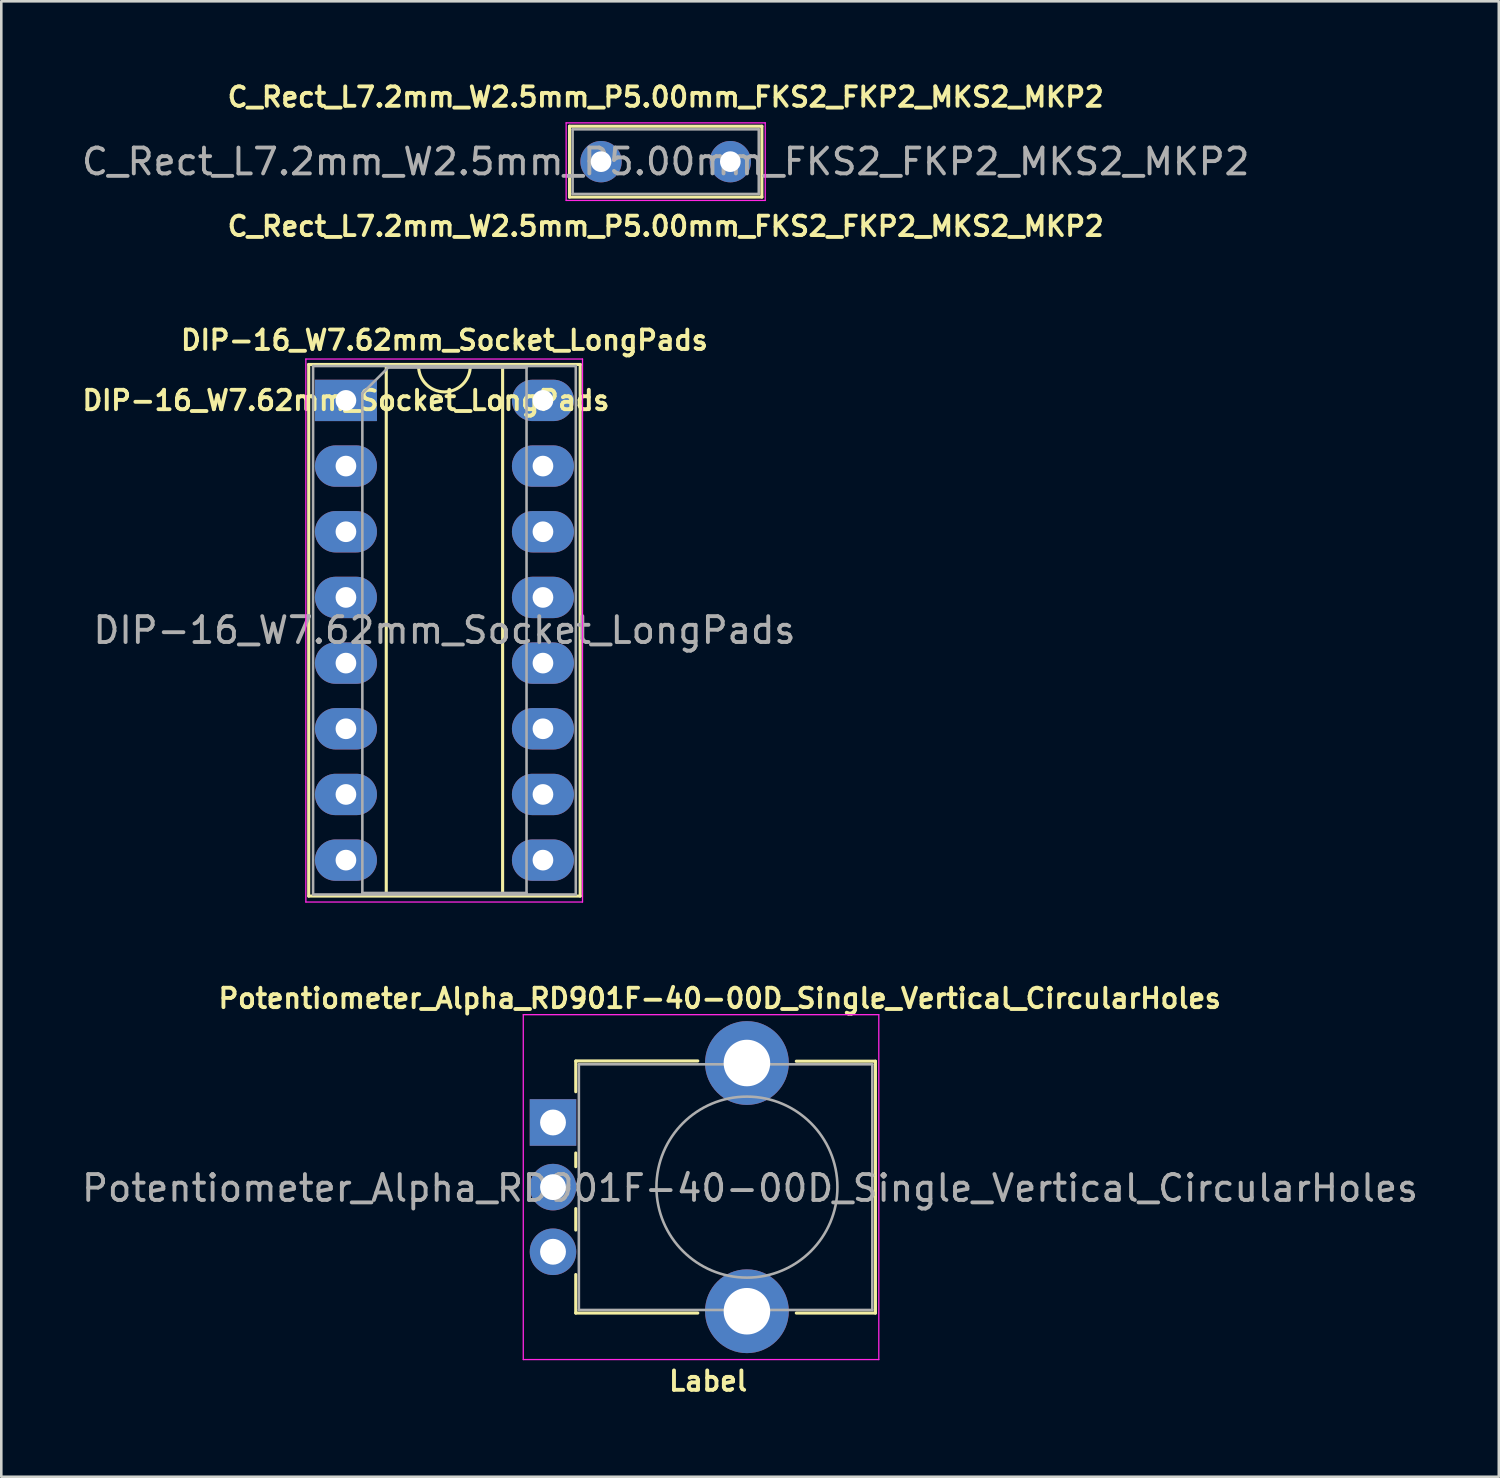
<source format=kicad_pcb>
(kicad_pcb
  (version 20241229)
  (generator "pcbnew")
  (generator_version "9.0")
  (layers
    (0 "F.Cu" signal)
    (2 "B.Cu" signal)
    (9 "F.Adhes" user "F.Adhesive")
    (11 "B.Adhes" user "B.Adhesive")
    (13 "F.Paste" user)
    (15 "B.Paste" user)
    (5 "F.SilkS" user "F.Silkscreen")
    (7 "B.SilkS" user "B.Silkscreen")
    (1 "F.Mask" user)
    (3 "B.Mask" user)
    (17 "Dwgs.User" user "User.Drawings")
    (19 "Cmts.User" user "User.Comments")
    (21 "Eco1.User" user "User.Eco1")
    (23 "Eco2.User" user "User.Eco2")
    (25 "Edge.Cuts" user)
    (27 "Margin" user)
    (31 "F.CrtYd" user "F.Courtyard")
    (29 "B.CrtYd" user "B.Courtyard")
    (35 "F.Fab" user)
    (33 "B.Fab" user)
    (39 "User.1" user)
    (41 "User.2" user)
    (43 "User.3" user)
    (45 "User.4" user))
  (footprint "Potentiometer_Alpha_RD901F-40-00D_Single_Vertical_CircularHoles"
    (layer "F.Cu")
    (at 18.338 40.363)
    (property "Reference" "Potentiometer_Alpha_RD901F-40-00D_Single_Vertical_CircularHoles" (at 6.45 -4.8 180) (layer "F.SilkS") (effects (font (size 0.75 0.75) (thickness 0.15))))
    (attr through_hole)
    (fp_line (start 0.88 -2.38) (end 5.6 -2.38) (stroke (width 0.12) (type solid)) (layer "F.SilkS"))
    (fp_line (start 0.88 -1.19) (end 0.88 -2.37) (stroke (width 0.12) (type solid)) (layer "F.SilkS"))
    (fp_line (start 0.88 1.71) (end 0.88 1.18) (stroke (width 0.12) (type solid)) (layer "F.SilkS"))
    (fp_line (start 0.88 4.16) (end 0.88 3.33) (stroke (width 0.12) (type solid)) (layer "F.SilkS"))
    (fp_line (start 0.88 7.37) (end 0.88 5.88) (stroke (width 0.12) (type solid)) (layer "F.SilkS"))
    (fp_line (start 0.88 7.37) (end 5.6 7.37) (stroke (width 0.12) (type solid)) (layer "F.SilkS"))
    (fp_line (start 9.41 -2.37) (end 12.47 -2.37) (stroke (width 0.12) (type solid)) (layer "F.SilkS"))
    (fp_line (start 9.41 7.37) (end 12.47 7.37) (stroke (width 0.12) (type solid)) (layer "F.SilkS"))
    (fp_line (start 12.47 7.37) (end 12.47 -2.37) (stroke (width 0.12) (type solid)) (layer "F.SilkS"))
    (fp_line (start -1.15 -4.17) (end -1.15 9.17) (stroke (width 0.05) (type solid)) (layer "F.CrtYd"))
    (fp_line (start -1.15 9.17) (end 12.6 9.17) (stroke (width 0.05) (type solid)) (layer "F.CrtYd"))
    (fp_line (start 12.6 -4.17) (end -1.15 -4.17) (stroke (width 0.05) (type solid)) (layer "F.CrtYd"))
    (fp_line (start 12.6 9.17) (end 12.6 -4.17) (stroke (width 0.05) (type solid)) (layer "F.CrtYd"))
    (fp_line (start 1 -2.25) (end 12.35 -2.25) (stroke (width 0.1) (type solid)) (layer "F.Fab"))
    (fp_line (start 1 7.25) (end 1 -2.25) (stroke (width 0.1) (type solid)) (layer "F.Fab"))
    (fp_line (start 1 7.25) (end 12.35 7.25) (stroke (width 0.1) (type solid)) (layer "F.Fab"))
    (fp_line (start 12.35 7.25) (end 12.35 -2.25) (stroke (width 0.1) (type solid)) (layer "F.Fab"))
    (fp_circle (center 7.5 2.5) (end 7.5 -1) (stroke (width 0.1) (type solid)) (fill no) (layer "F.Fab"))
    (fp_text user "Label" (at 6 10 180) (layer "F.SilkS") (effects (font (size 0.75 0.75) (thickness 0.15))))
    (fp_text user "${REFERENCE}" (at 7.62 2.54 0) (layer "F.Fab") (effects (font (size 1 1) (thickness 0.15))))
    (pad "" thru_hole circle (at 7.5 -2.3 90) (size 3.24 3.24) (drill 1.8) (layers "*.Cu" "*.Mask"))
    (pad "" thru_hole circle (at 7.5 7.3 90) (size 3.24 3.24) (drill 1.8) (layers "*.Cu" "*.Mask"))
    (pad "1" thru_hole rect (at 0 0 90) (size 1.8 1.8) (drill 1) (layers "*.Cu" "*.Mask"))
    (pad "2" thru_hole circle (at 0 2.5 90) (size 1.8 1.8) (drill 1) (layers "*.Cu" "*.Mask"))
    (pad "3" thru_hole circle (at 0 5 90) (size 1.8 1.8) (drill 1) (layers "*.Cu" "*.Mask")))
  (footprint "DIP-16_W7.62mm_Socket_LongPads"
    (layer "F.Cu")
    (at 10.329 12.436)
    (property "Reference" "DIP-16_W7.62mm_Socket_LongPads" (at 3.81 -2.33 0) (layer "F.SilkS") (effects (font (size 0.75 0.75) (thickness 0.15))))
    (property "Value" "DIP-16_W7.62mm_Socket_LongPads" (at 3.81 20.11 0) (layer "F.Fab") (hide yes) (effects (font (size 1 1) (thickness 0.15))))
    (attr through_hole)
    (fp_line (start -1.44 -1.39) (end -1.44 19.17) (stroke (width 0.12) (type solid)) (layer "F.SilkS"))
    (fp_line (start -1.44 19.17) (end 9.06 19.17) (stroke (width 0.12) (type solid)) (layer "F.SilkS"))
    (fp_line (start 1.56 -1.33) (end 1.56 19.11) (stroke (width 0.12) (type solid)) (layer "F.SilkS"))
    (fp_line (start 1.56 19.11) (end 6.06 19.11) (stroke (width 0.12) (type solid)) (layer "F.SilkS"))
    (fp_line (start 2.81 -1.33) (end 1.56 -1.33) (stroke (width 0.12) (type solid)) (layer "F.SilkS"))
    (fp_line (start 6.06 -1.33) (end 4.81 -1.33) (stroke (width 0.12) (type solid)) (layer "F.SilkS"))
    (fp_line (start 6.06 19.11) (end 6.06 -1.33) (stroke (width 0.12) (type solid)) (layer "F.SilkS"))
    (fp_line (start 9.06 -1.39) (end -1.44 -1.39) (stroke (width 0.12) (type solid)) (layer "F.SilkS"))
    (fp_line (start 9.06 19.17) (end 9.06 -1.39) (stroke (width 0.12) (type solid)) (layer "F.SilkS"))
    (fp_arc (start 4.81 -1.33) (mid 3.81 -0.33) (end 2.81 -1.33) (stroke (width 0.12) (type solid)) (layer "F.SilkS"))
    (fp_line (start -1.55 -1.6) (end -1.55 19.4) (stroke (width 0.05) (type solid)) (layer "F.CrtYd"))
    (fp_line (start -1.55 19.4) (end 9.15 19.4) (stroke (width 0.05) (type solid)) (layer "F.CrtYd"))
    (fp_line (start 9.15 -1.6) (end -1.55 -1.6) (stroke (width 0.05) (type solid)) (layer "F.CrtYd"))
    (fp_line (start 9.15 19.4) (end 9.15 -1.6) (stroke (width 0.05) (type solid)) (layer "F.CrtYd"))
    (fp_line (start -1.27 -1.33) (end -1.27 19.11) (stroke (width 0.1) (type solid)) (layer "F.Fab"))
    (fp_line (start -1.27 19.11) (end 8.89 19.11) (stroke (width 0.1) (type solid)) (layer "F.Fab"))
    (fp_line (start 0.635 -0.27) (end 1.635 -1.27) (stroke (width 0.1) (type solid)) (layer "F.Fab"))
    (fp_line (start 0.635 19.05) (end 0.635 -0.27) (stroke (width 0.1) (type solid)) (layer "F.Fab"))
    (fp_line (start 1.635 -1.27) (end 6.985 -1.27) (stroke (width 0.1) (type solid)) (layer "F.Fab"))
    (fp_line (start 6.985 -1.27) (end 6.985 19.05) (stroke (width 0.1) (type solid)) (layer "F.Fab"))
    (fp_line (start 6.985 19.05) (end 0.635 19.05) (stroke (width 0.1) (type solid)) (layer "F.Fab"))
    (fp_line (start 8.89 -1.33) (end -1.27 -1.33) (stroke (width 0.1) (type solid)) (layer "F.Fab"))
    (fp_line (start 8.89 19.11) (end 8.89 -1.33) (stroke (width 0.1) (type solid)) (layer "F.Fab"))
    (fp_text user "${VALUE}" (at 0 0 0) (layer "F.SilkS") (effects (font (size 0.75 0.75) (thickness 0.15))))
    (fp_text user "${REFERENCE}" (at 3.81 8.89 0) (layer "F.Fab") (effects (font (size 1 1) (thickness 0.15))))
    (pad "1" thru_hole rect (at 0 0) (size 2.4 1.6) (drill 0.8) (layers "*.Cu" "*.Mask"))
    (pad "2" thru_hole oval (at 0 2.54) (size 2.4 1.6) (drill 0.8) (layers "*.Cu" "*.Mask"))
    (pad "3" thru_hole oval (at 0 5.08) (size 2.4 1.6) (drill 0.8) (layers "*.Cu" "*.Mask"))
    (pad "4" thru_hole oval (at 0 7.62) (size 2.4 1.6) (drill 0.8) (layers "*.Cu" "*.Mask"))
    (pad "5" thru_hole oval (at 0 10.16) (size 2.4 1.6) (drill 0.8) (layers "*.Cu" "*.Mask"))
    (pad "6" thru_hole oval (at 0 12.7) (size 2.4 1.6) (drill 0.8) (layers "*.Cu" "*.Mask"))
    (pad "7" thru_hole oval (at 0 15.24) (size 2.4 1.6) (drill 0.8) (layers "*.Cu" "*.Mask"))
    (pad "8" thru_hole oval (at 0 17.78) (size 2.4 1.6) (drill 0.8) (layers "*.Cu" "*.Mask"))
    (pad "9" thru_hole oval (at 7.62 17.78) (size 2.4 1.6) (drill 0.8) (layers "*.Cu" "*.Mask"))
    (pad "10" thru_hole oval (at 7.62 15.24) (size 2.4 1.6) (drill 0.8) (layers "*.Cu" "*.Mask"))
    (pad "11" thru_hole oval (at 7.62 12.7) (size 2.4 1.6) (drill 0.8) (layers "*.Cu" "*.Mask"))
    (pad "12" thru_hole oval (at 7.62 10.16) (size 2.4 1.6) (drill 0.8) (layers "*.Cu" "*.Mask"))
    (pad "13" thru_hole oval (at 7.62 7.62) (size 2.4 1.6) (drill 0.8) (layers "*.Cu" "*.Mask"))
    (pad "14" thru_hole oval (at 7.62 5.08) (size 2.4 1.6) (drill 0.8) (layers "*.Cu" "*.Mask"))
    (pad "15" thru_hole oval (at 7.62 2.54) (size 2.4 1.6) (drill 0.8) (layers "*.Cu" "*.Mask"))
    (pad "16" thru_hole oval (at 7.62 0) (size 2.4 1.6) (drill 0.8) (layers "*.Cu" "*.Mask")))
  (footprint "C_Rect_L7.2mm_W2.5mm_P5.00mm_FKS2_FKP2_MKS2_MKP2"
    (layer "F.Cu")
    (at 20.196 3.202)
    (property "Reference" "C_Rect_L7.2mm_W2.5mm_P5.00mm_FKS2_FKP2_MKS2_MKP2" (at 2.5 -2.5 0) (layer "F.SilkS") (effects (font (size 0.75 0.75) (thickness 0.15))))
    (property "Value" "C_Rect_L7.2mm_W2.5mm_P5.00mm_FKS2_FKP2_MKS2_MKP2" (at 2.5 2.5 0) (layer "F.Fab") (hide yes) (effects (font (size 1 1) (thickness 0.15))))
    (attr through_hole)
    (fp_line (start -1.22 -1.37) (end -1.22 1.37) (stroke (width 0.12) (type solid)) (layer "F.SilkS"))
    (fp_line (start -1.22 -1.37) (end 6.22 -1.37) (stroke (width 0.12) (type solid)) (layer "F.SilkS"))
    (fp_line (start -1.22 1.37) (end 6.22 1.37) (stroke (width 0.12) (type solid)) (layer "F.SilkS"))
    (fp_line (start 6.22 -1.37) (end 6.22 1.37) (stroke (width 0.12) (type solid)) (layer "F.SilkS"))
    (fp_line (start -1.35 -1.5) (end -1.35 1.5) (stroke (width 0.05) (type solid)) (layer "F.CrtYd"))
    (fp_line (start -1.35 1.5) (end 6.35 1.5) (stroke (width 0.05) (type solid)) (layer "F.CrtYd"))
    (fp_line (start 6.35 -1.5) (end -1.35 -1.5) (stroke (width 0.05) (type solid)) (layer "F.CrtYd"))
    (fp_line (start 6.35 1.5) (end 6.35 -1.5) (stroke (width 0.05) (type solid)) (layer "F.CrtYd"))
    (fp_line (start -1.1 -1.25) (end -1.1 1.25) (stroke (width 0.1) (type solid)) (layer "F.Fab"))
    (fp_line (start -1.1 1.25) (end 6.1 1.25) (stroke (width 0.1) (type solid)) (layer "F.Fab"))
    (fp_line (start 6.1 -1.25) (end -1.1 -1.25) (stroke (width 0.1) (type solid)) (layer "F.Fab"))
    (fp_line (start 6.1 1.25) (end 6.1 -1.25) (stroke (width 0.1) (type solid)) (layer "F.Fab"))
    (fp_text user "${VALUE}" (at 2.5 2.5 0) (layer "F.SilkS") (effects (font (size 0.75 0.75) (thickness 0.15))))
    (fp_text user "${REFERENCE}" (at 2.5 0 0) (layer "F.Fab") (effects (font (size 1 1) (thickness 0.15))))
    (pad "1" thru_hole circle (at 0 0) (size 1.6 1.6) (drill 0.8) (layers "*.Cu" "*.Mask"))
    (pad "2" thru_hole circle (at 5 0) (size 1.6 1.6) (drill 0.8) (layers "*.Cu" "*.Mask")))
  (gr_rect
    (start -3 -3)
    (end 54.917 54.065)
    (stroke (width 0.1) (type default))
    (fill no)
    (layer "Edge.Cuts")))
</source>
